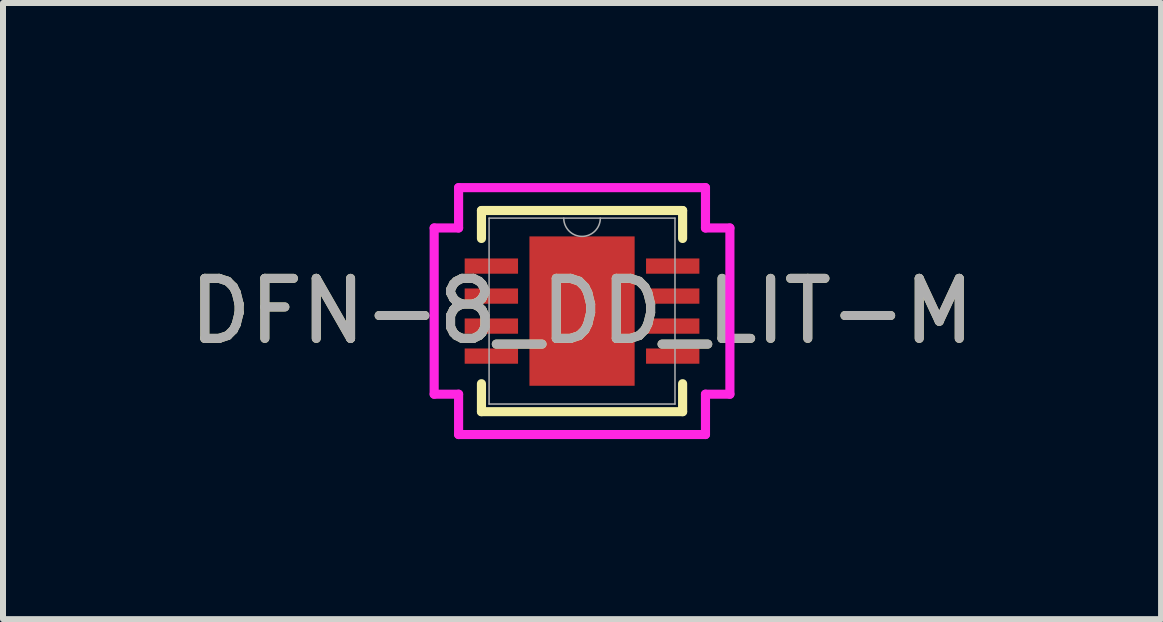
<source format=kicad_pcb>
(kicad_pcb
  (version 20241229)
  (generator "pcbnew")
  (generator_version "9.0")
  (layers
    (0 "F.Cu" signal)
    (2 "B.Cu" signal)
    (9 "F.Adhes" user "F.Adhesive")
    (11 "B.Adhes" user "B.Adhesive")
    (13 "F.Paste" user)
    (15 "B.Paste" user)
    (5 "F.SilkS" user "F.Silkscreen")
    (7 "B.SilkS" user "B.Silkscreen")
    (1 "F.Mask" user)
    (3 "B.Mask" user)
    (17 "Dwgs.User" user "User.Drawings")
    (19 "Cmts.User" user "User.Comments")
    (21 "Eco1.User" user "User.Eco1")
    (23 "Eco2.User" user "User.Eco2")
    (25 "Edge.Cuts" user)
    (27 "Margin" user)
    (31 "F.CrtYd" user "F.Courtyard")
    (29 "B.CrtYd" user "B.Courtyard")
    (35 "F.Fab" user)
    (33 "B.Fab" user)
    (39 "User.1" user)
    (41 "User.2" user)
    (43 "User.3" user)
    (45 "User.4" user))
  (footprint "DFN-8_DD_LIT-M"
    (layer "F.Cu")
    (at 6.649 2.134)
    (property "Reference" "DFN-8_DD_LIT-M" (at 0 0 0) (unlocked yes) (layer "F.SilkS") (effects (font (size 1 1) (thickness 0.15))))
    (attr smd)
    (fp_line (start -1.676 -1.676) (end -1.676 -1.21) (stroke (width 0.152) (type solid)) (layer "F.SilkS"))
    (fp_line (start -1.676 1.21) (end -1.676 1.676) (stroke (width 0.152) (type solid)) (layer "F.SilkS"))
    (fp_line (start -1.676 1.676) (end 1.676 1.676) (stroke (width 0.152) (type solid)) (layer "F.SilkS"))
    (fp_line (start 1.676 -1.676) (end -1.676 -1.676) (stroke (width 0.152) (type solid)) (layer "F.SilkS"))
    (fp_line (start 1.676 -1.21) (end 1.676 -1.676) (stroke (width 0.152) (type solid)) (layer "F.SilkS"))
    (fp_line (start 1.676 1.676) (end 1.676 1.21) (stroke (width 0.152) (type solid)) (layer "F.SilkS"))
    (fp_line (start -2.464 -1.385) (end -2.057 -1.385) (stroke (width 0.152) (type solid)) (layer "F.CrtYd"))
    (fp_line (start -2.464 1.385) (end -2.464 -1.385) (stroke (width 0.152) (type solid)) (layer "F.CrtYd"))
    (fp_line (start -2.464 1.385) (end -2.057 1.385) (stroke (width 0.152) (type solid)) (layer "F.CrtYd"))
    (fp_line (start -2.057 -2.057) (end 2.057 -2.057) (stroke (width 0.152) (type solid)) (layer "F.CrtYd"))
    (fp_line (start -2.057 -1.385) (end -2.057 -2.057) (stroke (width 0.152) (type solid)) (layer "F.CrtYd"))
    (fp_line (start -2.057 2.057) (end -2.057 1.385) (stroke (width 0.152) (type solid)) (layer "F.CrtYd"))
    (fp_line (start 2.057 -2.057) (end 2.057 -1.385) (stroke (width 0.152) (type solid)) (layer "F.CrtYd"))
    (fp_line (start 2.057 1.385) (end 2.057 2.057) (stroke (width 0.152) (type solid)) (layer "F.CrtYd"))
    (fp_line (start 2.057 2.057) (end -2.057 2.057) (stroke (width 0.152) (type solid)) (layer "F.CrtYd"))
    (fp_line (start 2.464 -1.385) (end 2.057 -1.385) (stroke (width 0.152) (type solid)) (layer "F.CrtYd"))
    (fp_line (start 2.464 -1.385) (end 2.464 1.385) (stroke (width 0.152) (type solid)) (layer "F.CrtYd"))
    (fp_line (start 2.464 1.385) (end 2.057 1.385) (stroke (width 0.152) (type solid)) (layer "F.CrtYd"))
    (fp_line (start -1.549 -1.549) (end -1.549 1.549) (stroke (width 0.025) (type solid)) (layer "F.Fab"))
    (fp_line (start -1.549 1.549) (end 1.549 1.549) (stroke (width 0.025) (type solid)) (layer "F.Fab"))
    (fp_line (start 1.549 -1.549) (end -1.549 -1.549) (stroke (width 0.025) (type solid)) (layer "F.Fab"))
    (fp_line (start 1.549 1.549) (end 1.549 -1.549) (stroke (width 0.025) (type solid)) (layer "F.Fab"))
    (fp_arc (start 0.3048 -1.5494) (mid 0 -1.2446) (end -0.3048 -1.5494) (stroke (width 0.0254) (type solid)) (layer "F.Fab"))
    (fp_text user "${REFERENCE}" (at 0 0 0) (unlocked yes) (layer "F.Fab") (effects (font (size 1 1) (thickness 0.15))))
    (pad "1" smd rect (at -1.511 -0.75) (size 0.889 0.254) (layers "F.Cu" "F.Mask" "F.Paste"))
    (pad "2" smd rect (at -1.511 -0.25) (size 0.889 0.254) (layers "F.Cu" "F.Mask" "F.Paste"))
    (pad "3" smd rect (at -1.511 0.25) (size 0.889 0.254) (layers "F.Cu" "F.Mask" "F.Paste"))
    (pad "4" smd rect (at -1.511 0.75) (size 0.889 0.254) (layers "F.Cu" "F.Mask" "F.Paste"))
    (pad "5" smd rect (at 1.511 0.75) (size 0.889 0.254) (layers "F.Cu" "F.Mask" "F.Paste"))
    (pad "6" smd rect (at 1.511 0.25) (size 0.889 0.254) (layers "F.Cu" "F.Mask" "F.Paste"))
    (pad "7" smd rect (at 1.511 -0.25) (size 0.889 0.254) (layers "F.Cu" "F.Mask" "F.Paste"))
    (pad "8" smd rect (at 1.511 -0.75) (size 0.889 0.254) (layers "F.Cu" "F.Mask" "F.Paste"))
    (pad "9" smd rect (at 0 0) (size 1.753 2.489) (layers "F.Cu" "F.Mask" "F.Paste")))
  (gr_rect
    (start -3 -3)
    (end 16.298 7.267)
    (stroke (width 0.1) (type default))
    (fill no)
    (layer "Edge.Cuts")))
</source>
